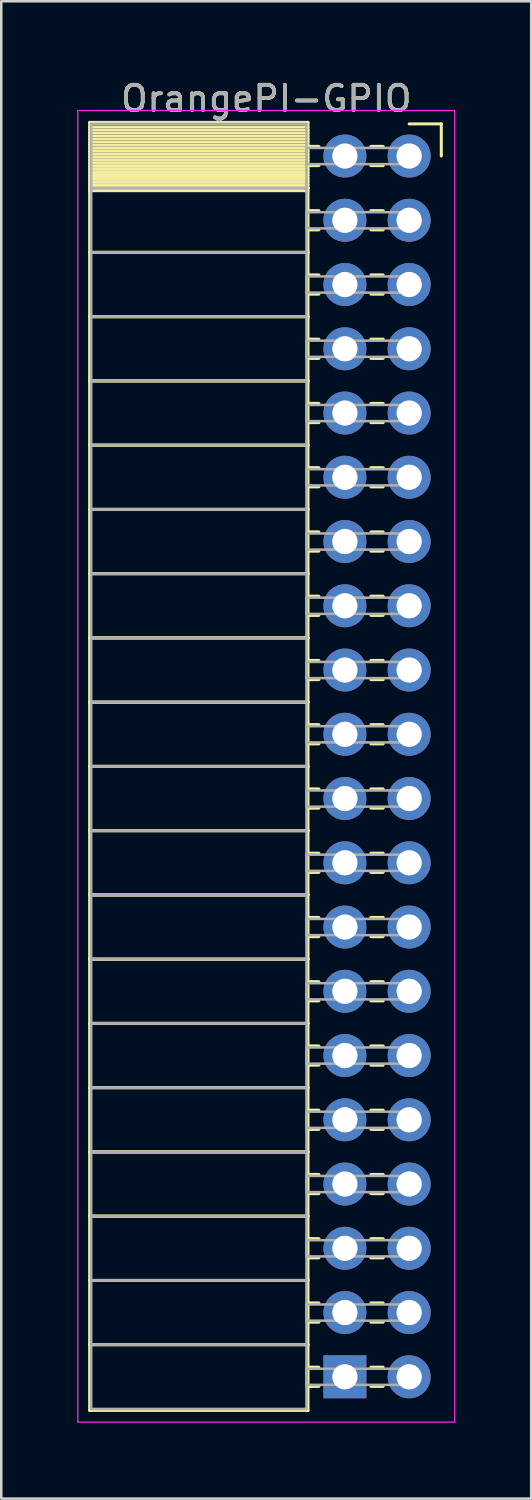
<source format=kicad_pcb>
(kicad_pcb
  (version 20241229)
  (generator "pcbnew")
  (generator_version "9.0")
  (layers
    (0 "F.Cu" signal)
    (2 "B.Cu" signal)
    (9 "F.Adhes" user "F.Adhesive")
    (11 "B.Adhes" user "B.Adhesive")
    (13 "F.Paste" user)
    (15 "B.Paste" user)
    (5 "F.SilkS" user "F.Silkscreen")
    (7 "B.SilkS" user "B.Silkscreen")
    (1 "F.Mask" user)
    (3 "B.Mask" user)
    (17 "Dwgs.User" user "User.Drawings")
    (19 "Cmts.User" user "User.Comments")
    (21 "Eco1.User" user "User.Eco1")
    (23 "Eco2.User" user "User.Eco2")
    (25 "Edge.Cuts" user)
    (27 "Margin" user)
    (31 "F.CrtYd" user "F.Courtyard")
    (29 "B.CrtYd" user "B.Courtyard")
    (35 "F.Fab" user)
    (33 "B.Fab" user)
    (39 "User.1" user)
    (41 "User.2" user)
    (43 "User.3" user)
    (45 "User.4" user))
  (footprint "OrangePI-GPIO"
    (layer "F.Cu")
    (at 13.125 3.118)
    (property "Reference" "OrangePI-GPIO" (at -5.65 -2.27 0) (layer "F.SilkS") (effects (font (size 1 1) (thickness 0.15))))
    (attr through_hole)
    (fp_line (start -12.63 -1.33) (end -4 -1.33) (stroke (width 0.12) (type solid)) (layer "F.SilkS"))
    (fp_line (start -12.63 1.27) (end -12.63 -1.33) (stroke (width 0.12) (type solid)) (layer "F.SilkS"))
    (fp_line (start -12.63 1.27) (end -4 1.27) (stroke (width 0.12) (type solid)) (layer "F.SilkS"))
    (fp_line (start -12.63 3.81) (end -12.63 1.27) (stroke (width 0.12) (type solid)) (layer "F.SilkS"))
    (fp_line (start -12.63 3.81) (end -4 3.81) (stroke (width 0.12) (type solid)) (layer "F.SilkS"))
    (fp_line (start -12.63 6.35) (end -12.63 3.81) (stroke (width 0.12) (type solid)) (layer "F.SilkS"))
    (fp_line (start -12.63 6.35) (end -4 6.35) (stroke (width 0.12) (type solid)) (layer "F.SilkS"))
    (fp_line (start -12.63 8.89) (end -12.63 6.35) (stroke (width 0.12) (type solid)) (layer "F.SilkS"))
    (fp_line (start -12.63 8.89) (end -4 8.89) (stroke (width 0.12) (type solid)) (layer "F.SilkS"))
    (fp_line (start -12.63 11.43) (end -12.63 8.89) (stroke (width 0.12) (type solid)) (layer "F.SilkS"))
    (fp_line (start -12.63 11.43) (end -4 11.43) (stroke (width 0.12) (type solid)) (layer "F.SilkS"))
    (fp_line (start -12.63 13.97) (end -12.63 11.43) (stroke (width 0.12) (type solid)) (layer "F.SilkS"))
    (fp_line (start -12.63 13.97) (end -4 13.97) (stroke (width 0.12) (type solid)) (layer "F.SilkS"))
    (fp_line (start -12.63 16.51) (end -12.63 13.97) (stroke (width 0.12) (type solid)) (layer "F.SilkS"))
    (fp_line (start -12.63 16.51) (end -4 16.51) (stroke (width 0.12) (type solid)) (layer "F.SilkS"))
    (fp_line (start -12.63 19.05) (end -12.63 16.51) (stroke (width 0.12) (type solid)) (layer "F.SilkS"))
    (fp_line (start -12.63 19.05) (end -4 19.05) (stroke (width 0.12) (type solid)) (layer "F.SilkS"))
    (fp_line (start -12.63 21.59) (end -12.63 19.05) (stroke (width 0.12) (type solid)) (layer "F.SilkS"))
    (fp_line (start -12.63 21.59) (end -4 21.59) (stroke (width 0.12) (type solid)) (layer "F.SilkS"))
    (fp_line (start -12.63 24.13) (end -12.63 21.59) (stroke (width 0.12) (type solid)) (layer "F.SilkS"))
    (fp_line (start -12.63 24.13) (end -4 24.13) (stroke (width 0.12) (type solid)) (layer "F.SilkS"))
    (fp_line (start -12.63 26.67) (end -12.63 24.13) (stroke (width 0.12) (type solid)) (layer "F.SilkS"))
    (fp_line (start -12.63 26.67) (end -4 26.67) (stroke (width 0.12) (type solid)) (layer "F.SilkS"))
    (fp_line (start -12.63 29.21) (end -12.63 26.67) (stroke (width 0.12) (type solid)) (layer "F.SilkS"))
    (fp_line (start -12.63 29.21) (end -4 29.21) (stroke (width 0.12) (type solid)) (layer "F.SilkS"))
    (fp_line (start -12.63 31.75) (end -12.63 29.21) (stroke (width 0.12) (type solid)) (layer "F.SilkS"))
    (fp_line (start -12.63 31.75) (end -4 31.75) (stroke (width 0.12) (type solid)) (layer "F.SilkS"))
    (fp_line (start -12.63 34.29) (end -12.63 31.75) (stroke (width 0.12) (type solid)) (layer "F.SilkS"))
    (fp_line (start -12.63 34.29) (end -4 34.29) (stroke (width 0.12) (type solid)) (layer "F.SilkS"))
    (fp_line (start -12.63 36.83) (end -12.63 34.29) (stroke (width 0.12) (type solid)) (layer "F.SilkS"))
    (fp_line (start -12.63 36.83) (end -4 36.83) (stroke (width 0.12) (type solid)) (layer "F.SilkS"))
    (fp_line (start -12.63 39.37) (end -12.63 36.83) (stroke (width 0.12) (type solid)) (layer "F.SilkS"))
    (fp_line (start -12.63 39.37) (end -4 39.37) (stroke (width 0.12) (type solid)) (layer "F.SilkS"))
    (fp_line (start -12.63 41.91) (end -12.63 39.37) (stroke (width 0.12) (type solid)) (layer "F.SilkS"))
    (fp_line (start -12.63 41.91) (end -4 41.91) (stroke (width 0.12) (type solid)) (layer "F.SilkS"))
    (fp_line (start -12.63 44.45) (end -12.63 41.91) (stroke (width 0.12) (type solid)) (layer "F.SilkS"))
    (fp_line (start -12.63 44.45) (end -4 44.45) (stroke (width 0.12) (type solid)) (layer "F.SilkS"))
    (fp_line (start -12.63 46.99) (end -12.63 44.45) (stroke (width 0.12) (type solid)) (layer "F.SilkS"))
    (fp_line (start -12.63 46.99) (end -4 46.99) (stroke (width 0.12) (type solid)) (layer "F.SilkS"))
    (fp_line (start -12.63 49.59) (end -12.63 46.99) (stroke (width 0.12) (type solid)) (layer "F.SilkS"))
    (fp_line (start -4 -1.33) (end -4 1.27) (stroke (width 0.12) (type solid)) (layer "F.SilkS"))
    (fp_line (start -4 -1.15) (end -12.63 -1.15) (stroke (width 0.12) (type solid)) (layer "F.SilkS"))
    (fp_line (start -4 -1.03) (end -12.63 -1.03) (stroke (width 0.12) (type solid)) (layer "F.SilkS"))
    (fp_line (start -4 -0.91) (end -12.63 -0.91) (stroke (width 0.12) (type solid)) (layer "F.SilkS"))
    (fp_line (start -4 -0.79) (end -12.63 -0.79) (stroke (width 0.12) (type solid)) (layer "F.SilkS"))
    (fp_line (start -4 -0.67) (end -12.63 -0.67) (stroke (width 0.12) (type solid)) (layer "F.SilkS"))
    (fp_line (start -4 -0.55) (end -12.63 -0.55) (stroke (width 0.12) (type solid)) (layer "F.SilkS"))
    (fp_line (start -4 -0.43) (end -12.63 -0.43) (stroke (width 0.12) (type solid)) (layer "F.SilkS"))
    (fp_line (start -4 -0.31) (end -12.63 -0.31) (stroke (width 0.12) (type solid)) (layer "F.SilkS"))
    (fp_line (start -4 -0.19) (end -12.63 -0.19) (stroke (width 0.12) (type solid)) (layer "F.SilkS"))
    (fp_line (start -4 -0.07) (end -12.63 -0.07) (stroke (width 0.12) (type solid)) (layer "F.SilkS"))
    (fp_line (start -4 0.05) (end -12.63 0.05) (stroke (width 0.12) (type solid)) (layer "F.SilkS"))
    (fp_line (start -4 0.17) (end -12.63 0.17) (stroke (width 0.12) (type solid)) (layer "F.SilkS"))
    (fp_line (start -4 0.29) (end -12.63 0.29) (stroke (width 0.12) (type solid)) (layer "F.SilkS"))
    (fp_line (start -4 0.41) (end -12.63 0.41) (stroke (width 0.12) (type solid)) (layer "F.SilkS"))
    (fp_line (start -4 0.53) (end -12.63 0.53) (stroke (width 0.12) (type solid)) (layer "F.SilkS"))
    (fp_line (start -4 0.65) (end -12.63 0.65) (stroke (width 0.12) (type solid)) (layer "F.SilkS"))
    (fp_line (start -4 0.77) (end -12.63 0.77) (stroke (width 0.12) (type solid)) (layer "F.SilkS"))
    (fp_line (start -4 0.89) (end -12.63 0.89) (stroke (width 0.12) (type solid)) (layer "F.SilkS"))
    (fp_line (start -4 1.01) (end -12.63 1.01) (stroke (width 0.12) (type solid)) (layer "F.SilkS"))
    (fp_line (start -4 1.13) (end -12.63 1.13) (stroke (width 0.12) (type solid)) (layer "F.SilkS"))
    (fp_line (start -4 1.25) (end -12.63 1.25) (stroke (width 0.12) (type solid)) (layer "F.SilkS"))
    (fp_line (start -4 1.27) (end -12.63 1.27) (stroke (width 0.12) (type solid)) (layer "F.SilkS"))
    (fp_line (start -4 1.27) (end -4 3.81) (stroke (width 0.12) (type solid)) (layer "F.SilkS"))
    (fp_line (start -4 1.37) (end -12.63 1.37) (stroke (width 0.12) (type solid)) (layer "F.SilkS"))
    (fp_line (start -4 3.81) (end -12.63 3.81) (stroke (width 0.12) (type solid)) (layer "F.SilkS"))
    (fp_line (start -4 3.81) (end -4 6.35) (stroke (width 0.12) (type solid)) (layer "F.SilkS"))
    (fp_line (start -4 6.35) (end -12.63 6.35) (stroke (width 0.12) (type solid)) (layer "F.SilkS"))
    (fp_line (start -4 6.35) (end -4 8.89) (stroke (width 0.12) (type solid)) (layer "F.SilkS"))
    (fp_line (start -4 8.89) (end -12.63 8.89) (stroke (width 0.12) (type solid)) (layer "F.SilkS"))
    (fp_line (start -4 8.89) (end -4 11.43) (stroke (width 0.12) (type solid)) (layer "F.SilkS"))
    (fp_line (start -4 11.43) (end -12.63 11.43) (stroke (width 0.12) (type solid)) (layer "F.SilkS"))
    (fp_line (start -4 11.43) (end -4 13.97) (stroke (width 0.12) (type solid)) (layer "F.SilkS"))
    (fp_line (start -4 13.97) (end -12.63 13.97) (stroke (width 0.12) (type solid)) (layer "F.SilkS"))
    (fp_line (start -4 13.97) (end -4 16.51) (stroke (width 0.12) (type solid)) (layer "F.SilkS"))
    (fp_line (start -4 16.51) (end -12.63 16.51) (stroke (width 0.12) (type solid)) (layer "F.SilkS"))
    (fp_line (start -4 16.51) (end -4 19.05) (stroke (width 0.12) (type solid)) (layer "F.SilkS"))
    (fp_line (start -4 19.05) (end -12.63 19.05) (stroke (width 0.12) (type solid)) (layer "F.SilkS"))
    (fp_line (start -4 19.05) (end -4 21.59) (stroke (width 0.12) (type solid)) (layer "F.SilkS"))
    (fp_line (start -4 21.59) (end -12.63 21.59) (stroke (width 0.12) (type solid)) (layer "F.SilkS"))
    (fp_line (start -4 21.59) (end -4 24.13) (stroke (width 0.12) (type solid)) (layer "F.SilkS"))
    (fp_line (start -4 24.13) (end -12.63 24.13) (stroke (width 0.12) (type solid)) (layer "F.SilkS"))
    (fp_line (start -4 24.13) (end -4 26.67) (stroke (width 0.12) (type solid)) (layer "F.SilkS"))
    (fp_line (start -4 26.67) (end -12.63 26.67) (stroke (width 0.12) (type solid)) (layer "F.SilkS"))
    (fp_line (start -4 26.67) (end -4 29.21) (stroke (width 0.12) (type solid)) (layer "F.SilkS"))
    (fp_line (start -4 29.21) (end -12.63 29.21) (stroke (width 0.12) (type solid)) (layer "F.SilkS"))
    (fp_line (start -4 29.21) (end -4 31.75) (stroke (width 0.12) (type solid)) (layer "F.SilkS"))
    (fp_line (start -4 31.75) (end -12.63 31.75) (stroke (width 0.12) (type solid)) (layer "F.SilkS"))
    (fp_line (start -4 31.75) (end -4 34.29) (stroke (width 0.12) (type solid)) (layer "F.SilkS"))
    (fp_line (start -4 34.29) (end -12.63 34.29) (stroke (width 0.12) (type solid)) (layer "F.SilkS"))
    (fp_line (start -4 34.29) (end -4 36.83) (stroke (width 0.12) (type solid)) (layer "F.SilkS"))
    (fp_line (start -4 36.83) (end -12.63 36.83) (stroke (width 0.12) (type solid)) (layer "F.SilkS"))
    (fp_line (start -4 36.83) (end -4 39.37) (stroke (width 0.12) (type solid)) (layer "F.SilkS"))
    (fp_line (start -4 39.37) (end -12.63 39.37) (stroke (width 0.12) (type solid)) (layer "F.SilkS"))
    (fp_line (start -4 39.37) (end -4 41.91) (stroke (width 0.12) (type solid)) (layer "F.SilkS"))
    (fp_line (start -4 41.91) (end -12.63 41.91) (stroke (width 0.12) (type solid)) (layer "F.SilkS"))
    (fp_line (start -4 41.91) (end -4 44.45) (stroke (width 0.12) (type solid)) (layer "F.SilkS"))
    (fp_line (start -4 44.45) (end -12.63 44.45) (stroke (width 0.12) (type solid)) (layer "F.SilkS"))
    (fp_line (start -4 44.45) (end -4 46.99) (stroke (width 0.12) (type solid)) (layer "F.SilkS"))
    (fp_line (start -4 46.99) (end -12.63 46.99) (stroke (width 0.12) (type solid)) (layer "F.SilkS"))
    (fp_line (start -4 46.99) (end -4 49.59) (stroke (width 0.12) (type solid)) (layer "F.SilkS"))
    (fp_line (start -4 49.59) (end -12.63 49.59) (stroke (width 0.12) (type solid)) (layer "F.SilkS"))
    (fp_line (start -3.57 -0.38) (end -4 -0.38) (stroke (width 0.12) (type solid)) (layer "F.SilkS"))
    (fp_line (start -3.57 0.38) (end -4 0.38) (stroke (width 0.12) (type solid)) (layer "F.SilkS"))
    (fp_line (start -3.57 2.16) (end -4 2.16) (stroke (width 0.12) (type solid)) (layer "F.SilkS"))
    (fp_line (start -3.57 2.92) (end -4 2.92) (stroke (width 0.12) (type solid)) (layer "F.SilkS"))
    (fp_line (start -3.57 4.7) (end -4 4.7) (stroke (width 0.12) (type solid)) (layer "F.SilkS"))
    (fp_line (start -3.57 5.46) (end -4 5.46) (stroke (width 0.12) (type solid)) (layer "F.SilkS"))
    (fp_line (start -3.57 7.24) (end -4 7.24) (stroke (width 0.12) (type solid)) (layer "F.SilkS"))
    (fp_line (start -3.57 8) (end -4 8) (stroke (width 0.12) (type solid)) (layer "F.SilkS"))
    (fp_line (start -3.57 9.78) (end -4 9.78) (stroke (width 0.12) (type solid)) (layer "F.SilkS"))
    (fp_line (start -3.57 10.54) (end -4 10.54) (stroke (width 0.12) (type solid)) (layer "F.SilkS"))
    (fp_line (start -3.57 12.32) (end -4 12.32) (stroke (width 0.12) (type solid)) (layer "F.SilkS"))
    (fp_line (start -3.57 13.08) (end -4 13.08) (stroke (width 0.12) (type solid)) (layer "F.SilkS"))
    (fp_line (start -3.57 14.86) (end -4 14.86) (stroke (width 0.12) (type solid)) (layer "F.SilkS"))
    (fp_line (start -3.57 15.62) (end -4 15.62) (stroke (width 0.12) (type solid)) (layer "F.SilkS"))
    (fp_line (start -3.57 17.4) (end -4 17.4) (stroke (width 0.12) (type solid)) (layer "F.SilkS"))
    (fp_line (start -3.57 18.16) (end -4 18.16) (stroke (width 0.12) (type solid)) (layer "F.SilkS"))
    (fp_line (start -3.57 19.94) (end -4 19.94) (stroke (width 0.12) (type solid)) (layer "F.SilkS"))
    (fp_line (start -3.57 20.7) (end -4 20.7) (stroke (width 0.12) (type solid)) (layer "F.SilkS"))
    (fp_line (start -3.57 22.48) (end -4 22.48) (stroke (width 0.12) (type solid)) (layer "F.SilkS"))
    (fp_line (start -3.57 23.24) (end -4 23.24) (stroke (width 0.12) (type solid)) (layer "F.SilkS"))
    (fp_line (start -3.57 25.02) (end -4 25.02) (stroke (width 0.12) (type solid)) (layer "F.SilkS"))
    (fp_line (start -3.57 25.78) (end -4 25.78) (stroke (width 0.12) (type solid)) (layer "F.SilkS"))
    (fp_line (start -3.57 27.56) (end -4 27.56) (stroke (width 0.12) (type solid)) (layer "F.SilkS"))
    (fp_line (start -3.57 28.32) (end -4 28.32) (stroke (width 0.12) (type solid)) (layer "F.SilkS"))
    (fp_line (start -3.57 30.1) (end -4 30.1) (stroke (width 0.12) (type solid)) (layer "F.SilkS"))
    (fp_line (start -3.57 30.86) (end -4 30.86) (stroke (width 0.12) (type solid)) (layer "F.SilkS"))
    (fp_line (start -3.57 32.64) (end -4 32.64) (stroke (width 0.12) (type solid)) (layer "F.SilkS"))
    (fp_line (start -3.57 33.4) (end -4 33.4) (stroke (width 0.12) (type solid)) (layer "F.SilkS"))
    (fp_line (start -3.57 35.18) (end -4 35.18) (stroke (width 0.12) (type solid)) (layer "F.SilkS"))
    (fp_line (start -3.57 35.94) (end -4 35.94) (stroke (width 0.12) (type solid)) (layer "F.SilkS"))
    (fp_line (start -3.57 37.72) (end -4 37.72) (stroke (width 0.12) (type solid)) (layer "F.SilkS"))
    (fp_line (start -3.57 38.48) (end -4 38.48) (stroke (width 0.12) (type solid)) (layer "F.SilkS"))
    (fp_line (start -3.57 40.26) (end -4 40.26) (stroke (width 0.12) (type solid)) (layer "F.SilkS"))
    (fp_line (start -3.57 41.02) (end -4 41.02) (stroke (width 0.12) (type solid)) (layer "F.SilkS"))
    (fp_line (start -3.57 42.8) (end -4 42.8) (stroke (width 0.12) (type solid)) (layer "F.SilkS"))
    (fp_line (start -3.57 43.56) (end -4 43.56) (stroke (width 0.12) (type solid)) (layer "F.SilkS"))
    (fp_line (start -3.57 45.34) (end -4 45.34) (stroke (width 0.12) (type solid)) (layer "F.SilkS"))
    (fp_line (start -3.57 46.1) (end -4 46.1) (stroke (width 0.12) (type solid)) (layer "F.SilkS"))
    (fp_line (start -3.57 47.88) (end -4 47.88) (stroke (width 0.12) (type solid)) (layer "F.SilkS"))
    (fp_line (start -3.57 48.64) (end -4 48.64) (stroke (width 0.12) (type solid)) (layer "F.SilkS"))
    (fp_line (start -1.03 -0.38) (end -1.51 -0.38) (stroke (width 0.12) (type solid)) (layer "F.SilkS"))
    (fp_line (start -1.03 0.38) (end -1.51 0.38) (stroke (width 0.12) (type solid)) (layer "F.SilkS"))
    (fp_line (start -1.03 2.16) (end -1.51 2.16) (stroke (width 0.12) (type solid)) (layer "F.SilkS"))
    (fp_line (start -1.03 2.92) (end -1.51 2.92) (stroke (width 0.12) (type solid)) (layer "F.SilkS"))
    (fp_line (start -1.03 4.7) (end -1.51 4.7) (stroke (width 0.12) (type solid)) (layer "F.SilkS"))
    (fp_line (start -1.03 5.46) (end -1.51 5.46) (stroke (width 0.12) (type solid)) (layer "F.SilkS"))
    (fp_line (start -1.03 7.24) (end -1.51 7.24) (stroke (width 0.12) (type solid)) (layer "F.SilkS"))
    (fp_line (start -1.03 8) (end -1.51 8) (stroke (width 0.12) (type solid)) (layer "F.SilkS"))
    (fp_line (start -1.03 9.78) (end -1.51 9.78) (stroke (width 0.12) (type solid)) (layer "F.SilkS"))
    (fp_line (start -1.03 10.54) (end -1.51 10.54) (stroke (width 0.12) (type solid)) (layer "F.SilkS"))
    (fp_line (start -1.03 12.32) (end -1.51 12.32) (stroke (width 0.12) (type solid)) (layer "F.SilkS"))
    (fp_line (start -1.03 13.08) (end -1.51 13.08) (stroke (width 0.12) (type solid)) (layer "F.SilkS"))
    (fp_line (start -1.03 14.86) (end -1.51 14.86) (stroke (width 0.12) (type solid)) (layer "F.SilkS"))
    (fp_line (start -1.03 15.62) (end -1.51 15.62) (stroke (width 0.12) (type solid)) (layer "F.SilkS"))
    (fp_line (start -1.03 17.4) (end -1.51 17.4) (stroke (width 0.12) (type solid)) (layer "F.SilkS"))
    (fp_line (start -1.03 18.16) (end -1.51 18.16) (stroke (width 0.12) (type solid)) (layer "F.SilkS"))
    (fp_line (start -1.03 19.94) (end -1.51 19.94) (stroke (width 0.12) (type solid)) (layer "F.SilkS"))
    (fp_line (start -1.03 20.7) (end -1.51 20.7) (stroke (width 0.12) (type solid)) (layer "F.SilkS"))
    (fp_line (start -1.03 22.48) (end -1.51 22.48) (stroke (width 0.12) (type solid)) (layer "F.SilkS"))
    (fp_line (start -1.03 23.24) (end -1.51 23.24) (stroke (width 0.12) (type solid)) (layer "F.SilkS"))
    (fp_line (start -1.03 25.02) (end -1.51 25.02) (stroke (width 0.12) (type solid)) (layer "F.SilkS"))
    (fp_line (start -1.03 25.78) (end -1.51 25.78) (stroke (width 0.12) (type solid)) (layer "F.SilkS"))
    (fp_line (start -1.03 27.56) (end -1.51 27.56) (stroke (width 0.12) (type solid)) (layer "F.SilkS"))
    (fp_line (start -1.03 28.32) (end -1.51 28.32) (stroke (width 0.12) (type solid)) (layer "F.SilkS"))
    (fp_line (start -1.03 30.1) (end -1.51 30.1) (stroke (width 0.12) (type solid)) (layer "F.SilkS"))
    (fp_line (start -1.03 30.86) (end -1.51 30.86) (stroke (width 0.12) (type solid)) (layer "F.SilkS"))
    (fp_line (start -1.03 32.64) (end -1.51 32.64) (stroke (width 0.12) (type solid)) (layer "F.SilkS"))
    (fp_line (start -1.03 33.4) (end -1.51 33.4) (stroke (width 0.12) (type solid)) (layer "F.SilkS"))
    (fp_line (start -1.03 35.18) (end -1.51 35.18) (stroke (width 0.12) (type solid)) (layer "F.SilkS"))
    (fp_line (start -1.03 35.94) (end -1.51 35.94) (stroke (width 0.12) (type solid)) (layer "F.SilkS"))
    (fp_line (start -1.03 37.72) (end -1.51 37.72) (stroke (width 0.12) (type solid)) (layer "F.SilkS"))
    (fp_line (start -1.03 38.48) (end -1.51 38.48) (stroke (width 0.12) (type solid)) (layer "F.SilkS"))
    (fp_line (start -1.03 40.26) (end -1.51 40.26) (stroke (width 0.12) (type solid)) (layer "F.SilkS"))
    (fp_line (start -1.03 41.02) (end -1.51 41.02) (stroke (width 0.12) (type solid)) (layer "F.SilkS"))
    (fp_line (start -1.03 42.8) (end -1.51 42.8) (stroke (width 0.12) (type solid)) (layer "F.SilkS"))
    (fp_line (start -1.03 43.56) (end -1.51 43.56) (stroke (width 0.12) (type solid)) (layer "F.SilkS"))
    (fp_line (start -1.03 45.34) (end -1.51 45.34) (stroke (width 0.12) (type solid)) (layer "F.SilkS"))
    (fp_line (start -1.03 46.1) (end -1.51 46.1) (stroke (width 0.12) (type solid)) (layer "F.SilkS"))
    (fp_line (start -1.03 47.88) (end -1.51 47.88) (stroke (width 0.12) (type solid)) (layer "F.SilkS"))
    (fp_line (start -1.03 48.64) (end -1.51 48.64) (stroke (width 0.12) (type solid)) (layer "F.SilkS"))
    (fp_line (start 0 -1.27) (end 1.27 -1.27) (stroke (width 0.12) (type solid)) (layer "F.SilkS"))
    (fp_line (start 1.27 -1.27) (end 1.27 0) (stroke (width 0.12) (type solid)) (layer "F.SilkS"))
    (fp_line (start -13.1 -1.8) (end 1.8 -1.8) (stroke (width 0.05) (type solid)) (layer "F.CrtYd"))
    (fp_line (start -13.1 50.05) (end -13.1 -1.8) (stroke (width 0.05) (type solid)) (layer "F.CrtYd"))
    (fp_line (start 1.8 -1.8) (end 1.8 50.05) (stroke (width 0.05) (type solid)) (layer "F.CrtYd"))
    (fp_line (start 1.8 50.05) (end -13.1 50.05) (stroke (width 0.05) (type solid)) (layer "F.CrtYd"))
    (fp_line (start -12.57 -1.27) (end -4.06 -1.27) (stroke (width 0.1) (type solid)) (layer "F.Fab"))
    (fp_line (start -12.57 1.27) (end -12.57 -1.27) (stroke (width 0.1) (type solid)) (layer "F.Fab"))
    (fp_line (start -12.57 1.27) (end -4.06 1.27) (stroke (width 0.1) (type solid)) (layer "F.Fab"))
    (fp_line (start -12.57 3.81) (end -12.57 1.27) (stroke (width 0.1) (type solid)) (layer "F.Fab"))
    (fp_line (start -12.57 3.81) (end -4.06 3.81) (stroke (width 0.1) (type solid)) (layer "F.Fab"))
    (fp_line (start -12.57 6.35) (end -12.57 3.81) (stroke (width 0.1) (type solid)) (layer "F.Fab"))
    (fp_line (start -12.57 6.35) (end -4.06 6.35) (stroke (width 0.1) (type solid)) (layer "F.Fab"))
    (fp_line (start -12.57 8.89) (end -12.57 6.35) (stroke (width 0.1) (type solid)) (layer "F.Fab"))
    (fp_line (start -12.57 8.89) (end -4.06 8.89) (stroke (width 0.1) (type solid)) (layer "F.Fab"))
    (fp_line (start -12.57 11.43) (end -12.57 8.89) (stroke (width 0.1) (type solid)) (layer "F.Fab"))
    (fp_line (start -12.57 11.43) (end -4.06 11.43) (stroke (width 0.1) (type solid)) (layer "F.Fab"))
    (fp_line (start -12.57 13.97) (end -12.57 11.43) (stroke (width 0.1) (type solid)) (layer "F.Fab"))
    (fp_line (start -12.57 13.97) (end -4.06 13.97) (stroke (width 0.1) (type solid)) (layer "F.Fab"))
    (fp_line (start -12.57 16.51) (end -12.57 13.97) (stroke (width 0.1) (type solid)) (layer "F.Fab"))
    (fp_line (start -12.57 16.51) (end -4.06 16.51) (stroke (width 0.1) (type solid)) (layer "F.Fab"))
    (fp_line (start -12.57 19.05) (end -12.57 16.51) (stroke (width 0.1) (type solid)) (layer "F.Fab"))
    (fp_line (start -12.57 19.05) (end -4.06 19.05) (stroke (width 0.1) (type solid)) (layer "F.Fab"))
    (fp_line (start -12.57 21.59) (end -12.57 19.05) (stroke (width 0.1) (type solid)) (layer "F.Fab"))
    (fp_line (start -12.57 21.59) (end -4.06 21.59) (stroke (width 0.1) (type solid)) (layer "F.Fab"))
    (fp_line (start -12.57 24.13) (end -12.57 21.59) (stroke (width 0.1) (type solid)) (layer "F.Fab"))
    (fp_line (start -12.57 24.13) (end -4.06 24.13) (stroke (width 0.1) (type solid)) (layer "F.Fab"))
    (fp_line (start -12.57 26.67) (end -12.57 24.13) (stroke (width 0.1) (type solid)) (layer "F.Fab"))
    (fp_line (start -12.57 26.67) (end -4.06 26.67) (stroke (width 0.1) (type solid)) (layer "F.Fab"))
    (fp_line (start -12.57 29.21) (end -12.57 26.67) (stroke (width 0.1) (type solid)) (layer "F.Fab"))
    (fp_line (start -12.57 29.21) (end -4.06 29.21) (stroke (width 0.1) (type solid)) (layer "F.Fab"))
    (fp_line (start -12.57 31.75) (end -12.57 29.21) (stroke (width 0.1) (type solid)) (layer "F.Fab"))
    (fp_line (start -12.57 31.75) (end -4.06 31.75) (stroke (width 0.1) (type solid)) (layer "F.Fab"))
    (fp_line (start -12.57 34.29) (end -12.57 31.75) (stroke (width 0.1) (type solid)) (layer "F.Fab"))
    (fp_line (start -12.57 34.29) (end -4.06 34.29) (stroke (width 0.1) (type solid)) (layer "F.Fab"))
    (fp_line (start -12.57 36.83) (end -12.57 34.29) (stroke (width 0.1) (type solid)) (layer "F.Fab"))
    (fp_line (start -12.57 36.83) (end -4.06 36.83) (stroke (width 0.1) (type solid)) (layer "F.Fab"))
    (fp_line (start -12.57 39.37) (end -12.57 36.83) (stroke (width 0.1) (type solid)) (layer "F.Fab"))
    (fp_line (start -12.57 39.37) (end -4.06 39.37) (stroke (width 0.1) (type solid)) (layer "F.Fab"))
    (fp_line (start -12.57 41.91) (end -12.57 39.37) (stroke (width 0.1) (type solid)) (layer "F.Fab"))
    (fp_line (start -12.57 41.91) (end -4.06 41.91) (stroke (width 0.1) (type solid)) (layer "F.Fab"))
    (fp_line (start -12.57 44.45) (end -12.57 41.91) (stroke (width 0.1) (type solid)) (layer "F.Fab"))
    (fp_line (start -12.57 44.45) (end -4.06 44.45) (stroke (width 0.1) (type solid)) (layer "F.Fab"))
    (fp_line (start -12.57 46.99) (end -12.57 44.45) (stroke (width 0.1) (type solid)) (layer "F.Fab"))
    (fp_line (start -12.57 46.99) (end -4.06 46.99) (stroke (width 0.1) (type solid)) (layer "F.Fab"))
    (fp_line (start -12.57 49.53) (end -12.57 46.99) (stroke (width 0.1) (type solid)) (layer "F.Fab"))
    (fp_line (start -4.06 -1.27) (end -4.06 1.27) (stroke (width 0.1) (type solid)) (layer "F.Fab"))
    (fp_line (start -4.06 -0.32) (end 0 -0.32) (stroke (width 0.1) (type solid)) (layer "F.Fab"))
    (fp_line (start -4.06 0.32) (end -4.06 -0.32) (stroke (width 0.1) (type solid)) (layer "F.Fab"))
    (fp_line (start -4.06 1.27) (end -12.57 1.27) (stroke (width 0.1) (type solid)) (layer "F.Fab"))
    (fp_line (start -4.06 1.27) (end -4.06 3.81) (stroke (width 0.1) (type solid)) (layer "F.Fab"))
    (fp_line (start -4.06 2.22) (end 0 2.22) (stroke (width 0.1) (type solid)) (layer "F.Fab"))
    (fp_line (start -4.06 2.86) (end -4.06 2.22) (stroke (width 0.1) (type solid)) (layer "F.Fab"))
    (fp_line (start -4.06 3.81) (end -12.57 3.81) (stroke (width 0.1) (type solid)) (layer "F.Fab"))
    (fp_line (start -4.06 3.81) (end -4.06 6.35) (stroke (width 0.1) (type solid)) (layer "F.Fab"))
    (fp_line (start -4.06 4.76) (end 0 4.76) (stroke (width 0.1) (type solid)) (layer "F.Fab"))
    (fp_line (start -4.06 5.4) (end -4.06 4.76) (stroke (width 0.1) (type solid)) (layer "F.Fab"))
    (fp_line (start -4.06 6.35) (end -12.57 6.35) (stroke (width 0.1) (type solid)) (layer "F.Fab"))
    (fp_line (start -4.06 6.35) (end -4.06 8.89) (stroke (width 0.1) (type solid)) (layer "F.Fab"))
    (fp_line (start -4.06 7.3) (end 0 7.3) (stroke (width 0.1) (type solid)) (layer "F.Fab"))
    (fp_line (start -4.06 7.94) (end -4.06 7.3) (stroke (width 0.1) (type solid)) (layer "F.Fab"))
    (fp_line (start -4.06 8.89) (end -12.57 8.89) (stroke (width 0.1) (type solid)) (layer "F.Fab"))
    (fp_line (start -4.06 8.89) (end -4.06 11.43) (stroke (width 0.1) (type solid)) (layer "F.Fab"))
    (fp_line (start -4.06 9.84) (end 0 9.84) (stroke (width 0.1) (type solid)) (layer "F.Fab"))
    (fp_line (start -4.06 10.48) (end -4.06 9.84) (stroke (width 0.1) (type solid)) (layer "F.Fab"))
    (fp_line (start -4.06 11.43) (end -12.57 11.43) (stroke (width 0.1) (type solid)) (layer "F.Fab"))
    (fp_line (start -4.06 11.43) (end -4.06 13.97) (stroke (width 0.1) (type solid)) (layer "F.Fab"))
    (fp_line (start -4.06 12.38) (end 0 12.38) (stroke (width 0.1) (type solid)) (layer "F.Fab"))
    (fp_line (start -4.06 13.02) (end -4.06 12.38) (stroke (width 0.1) (type solid)) (layer "F.Fab"))
    (fp_line (start -4.06 13.97) (end -12.57 13.97) (stroke (width 0.1) (type solid)) (layer "F.Fab"))
    (fp_line (start -4.06 13.97) (end -4.06 16.51) (stroke (width 0.1) (type solid)) (layer "F.Fab"))
    (fp_line (start -4.06 14.92) (end 0 14.92) (stroke (width 0.1) (type solid)) (layer "F.Fab"))
    (fp_line (start -4.06 15.56) (end -4.06 14.92) (stroke (width 0.1) (type solid)) (layer "F.Fab"))
    (fp_line (start -4.06 16.51) (end -12.57 16.51) (stroke (width 0.1) (type solid)) (layer "F.Fab"))
    (fp_line (start -4.06 16.51) (end -4.06 19.05) (stroke (width 0.1) (type solid)) (layer "F.Fab"))
    (fp_line (start -4.06 17.46) (end 0 17.46) (stroke (width 0.1) (type solid)) (layer "F.Fab"))
    (fp_line (start -4.06 18.1) (end -4.06 17.46) (stroke (width 0.1) (type solid)) (layer "F.Fab"))
    (fp_line (start -4.06 19.05) (end -12.57 19.05) (stroke (width 0.1) (type solid)) (layer "F.Fab"))
    (fp_line (start -4.06 19.05) (end -4.06 21.59) (stroke (width 0.1) (type solid)) (layer "F.Fab"))
    (fp_line (start -4.06 20) (end 0 20) (stroke (width 0.1) (type solid)) (layer "F.Fab"))
    (fp_line (start -4.06 20.64) (end -4.06 20) (stroke (width 0.1) (type solid)) (layer "F.Fab"))
    (fp_line (start -4.06 21.59) (end -12.57 21.59) (stroke (width 0.1) (type solid)) (layer "F.Fab"))
    (fp_line (start -4.06 21.59) (end -4.06 24.13) (stroke (width 0.1) (type solid)) (layer "F.Fab"))
    (fp_line (start -4.06 22.54) (end 0 22.54) (stroke (width 0.1) (type solid)) (layer "F.Fab"))
    (fp_line (start -4.06 23.18) (end -4.06 22.54) (stroke (width 0.1) (type solid)) (layer "F.Fab"))
    (fp_line (start -4.06 24.13) (end -12.57 24.13) (stroke (width 0.1) (type solid)) (layer "F.Fab"))
    (fp_line (start -4.06 24.13) (end -4.06 26.67) (stroke (width 0.1) (type solid)) (layer "F.Fab"))
    (fp_line (start -4.06 25.08) (end 0 25.08) (stroke (width 0.1) (type solid)) (layer "F.Fab"))
    (fp_line (start -4.06 25.72) (end -4.06 25.08) (stroke (width 0.1) (type solid)) (layer "F.Fab"))
    (fp_line (start -4.06 26.67) (end -12.57 26.67) (stroke (width 0.1) (type solid)) (layer "F.Fab"))
    (fp_line (start -4.06 26.67) (end -4.06 29.21) (stroke (width 0.1) (type solid)) (layer "F.Fab"))
    (fp_line (start -4.06 27.62) (end 0 27.62) (stroke (width 0.1) (type solid)) (layer "F.Fab"))
    (fp_line (start -4.06 28.26) (end -4.06 27.62) (stroke (width 0.1) (type solid)) (layer "F.Fab"))
    (fp_line (start -4.06 29.21) (end -12.57 29.21) (stroke (width 0.1) (type solid)) (layer "F.Fab"))
    (fp_line (start -4.06 29.21) (end -4.06 31.75) (stroke (width 0.1) (type solid)) (layer "F.Fab"))
    (fp_line (start -4.06 30.16) (end 0 30.16) (stroke (width 0.1) (type solid)) (layer "F.Fab"))
    (fp_line (start -4.06 30.8) (end -4.06 30.16) (stroke (width 0.1) (type solid)) (layer "F.Fab"))
    (fp_line (start -4.06 31.75) (end -12.57 31.75) (stroke (width 0.1) (type solid)) (layer "F.Fab"))
    (fp_line (start -4.06 31.75) (end -4.06 34.29) (stroke (width 0.1) (type solid)) (layer "F.Fab"))
    (fp_line (start -4.06 32.7) (end 0 32.7) (stroke (width 0.1) (type solid)) (layer "F.Fab"))
    (fp_line (start -4.06 33.34) (end -4.06 32.7) (stroke (width 0.1) (type solid)) (layer "F.Fab"))
    (fp_line (start -4.06 34.29) (end -12.57 34.29) (stroke (width 0.1) (type solid)) (layer "F.Fab"))
    (fp_line (start -4.06 34.29) (end -4.06 36.83) (stroke (width 0.1) (type solid)) (layer "F.Fab"))
    (fp_line (start -4.06 35.24) (end 0 35.24) (stroke (width 0.1) (type solid)) (layer "F.Fab"))
    (fp_line (start -4.06 35.88) (end -4.06 35.24) (stroke (width 0.1) (type solid)) (layer "F.Fab"))
    (fp_line (start -4.06 36.83) (end -12.57 36.83) (stroke (width 0.1) (type solid)) (layer "F.Fab"))
    (fp_line (start -4.06 36.83) (end -4.06 39.37) (stroke (width 0.1) (type solid)) (layer "F.Fab"))
    (fp_line (start -4.06 37.78) (end 0 37.78) (stroke (width 0.1) (type solid)) (layer "F.Fab"))
    (fp_line (start -4.06 38.42) (end -4.06 37.78) (stroke (width 0.1) (type solid)) (layer "F.Fab"))
    (fp_line (start -4.06 39.37) (end -12.57 39.37) (stroke (width 0.1) (type solid)) (layer "F.Fab"))
    (fp_line (start -4.06 39.37) (end -4.06 41.91) (stroke (width 0.1) (type solid)) (layer "F.Fab"))
    (fp_line (start -4.06 40.32) (end 0 40.32) (stroke (width 0.1) (type solid)) (layer "F.Fab"))
    (fp_line (start -4.06 40.96) (end -4.06 40.32) (stroke (width 0.1) (type solid)) (layer "F.Fab"))
    (fp_line (start -4.06 41.91) (end -12.57 41.91) (stroke (width 0.1) (type solid)) (layer "F.Fab"))
    (fp_line (start -4.06 41.91) (end -4.06 44.45) (stroke (width 0.1) (type solid)) (layer "F.Fab"))
    (fp_line (start -4.06 42.86) (end 0 42.86) (stroke (width 0.1) (type solid)) (layer "F.Fab"))
    (fp_line (start -4.06 43.5) (end -4.06 42.86) (stroke (width 0.1) (type solid)) (layer "F.Fab"))
    (fp_line (start -4.06 44.45) (end -12.57 44.45) (stroke (width 0.1) (type solid)) (layer "F.Fab"))
    (fp_line (start -4.06 44.45) (end -4.06 46.99) (stroke (width 0.1) (type solid)) (layer "F.Fab"))
    (fp_line (start -4.06 45.4) (end 0 45.4) (stroke (width 0.1) (type solid)) (layer "F.Fab"))
    (fp_line (start -4.06 46.04) (end -4.06 45.4) (stroke (width 0.1) (type solid)) (layer "F.Fab"))
    (fp_line (start -4.06 46.99) (end -12.57 46.99) (stroke (width 0.1) (type solid)) (layer "F.Fab"))
    (fp_line (start -4.06 46.99) (end -4.06 49.53) (stroke (width 0.1) (type solid)) (layer "F.Fab"))
    (fp_line (start -4.06 47.94) (end 0 47.94) (stroke (width 0.1) (type solid)) (layer "F.Fab"))
    (fp_line (start -4.06 48.58) (end -4.06 47.94) (stroke (width 0.1) (type solid)) (layer "F.Fab"))
    (fp_line (start -4.06 49.53) (end -12.57 49.53) (stroke (width 0.1) (type solid)) (layer "F.Fab"))
    (fp_line (start 0 -0.32) (end 0 0.32) (stroke (width 0.1) (type solid)) (layer "F.Fab"))
    (fp_line (start 0 0.32) (end -4.06 0.32) (stroke (width 0.1) (type solid)) (layer "F.Fab"))
    (fp_line (start 0 2.22) (end 0 2.86) (stroke (width 0.1) (type solid)) (layer "F.Fab"))
    (fp_line (start 0 2.86) (end -4.06 2.86) (stroke (width 0.1) (type solid)) (layer "F.Fab"))
    (fp_line (start 0 4.76) (end 0 5.4) (stroke (width 0.1) (type solid)) (layer "F.Fab"))
    (fp_line (start 0 5.4) (end -4.06 5.4) (stroke (width 0.1) (type solid)) (layer "F.Fab"))
    (fp_line (start 0 7.3) (end 0 7.94) (stroke (width 0.1) (type solid)) (layer "F.Fab"))
    (fp_line (start 0 7.94) (end -4.06 7.94) (stroke (width 0.1) (type solid)) (layer "F.Fab"))
    (fp_line (start 0 9.84) (end 0 10.48) (stroke (width 0.1) (type solid)) (layer "F.Fab"))
    (fp_line (start 0 10.48) (end -4.06 10.48) (stroke (width 0.1) (type solid)) (layer "F.Fab"))
    (fp_line (start 0 12.38) (end 0 13.02) (stroke (width 0.1) (type solid)) (layer "F.Fab"))
    (fp_line (start 0 13.02) (end -4.06 13.02) (stroke (width 0.1) (type solid)) (layer "F.Fab"))
    (fp_line (start 0 14.92) (end 0 15.56) (stroke (width 0.1) (type solid)) (layer "F.Fab"))
    (fp_line (start 0 15.56) (end -4.06 15.56) (stroke (width 0.1) (type solid)) (layer "F.Fab"))
    (fp_line (start 0 17.46) (end 0 18.1) (stroke (width 0.1) (type solid)) (layer "F.Fab"))
    (fp_line (start 0 18.1) (end -4.06 18.1) (stroke (width 0.1) (type solid)) (layer "F.Fab"))
    (fp_line (start 0 20) (end 0 20.64) (stroke (width 0.1) (type solid)) (layer "F.Fab"))
    (fp_line (start 0 20.64) (end -4.06 20.64) (stroke (width 0.1) (type solid)) (layer "F.Fab"))
    (fp_line (start 0 22.54) (end 0 23.18) (stroke (width 0.1) (type solid)) (layer "F.Fab"))
    (fp_line (start 0 23.18) (end -4.06 23.18) (stroke (width 0.1) (type solid)) (layer "F.Fab"))
    (fp_line (start 0 25.08) (end 0 25.72) (stroke (width 0.1) (type solid)) (layer "F.Fab"))
    (fp_line (start 0 25.72) (end -4.06 25.72) (stroke (width 0.1) (type solid)) (layer "F.Fab"))
    (fp_line (start 0 27.62) (end 0 28.26) (stroke (width 0.1) (type solid)) (layer "F.Fab"))
    (fp_line (start 0 28.26) (end -4.06 28.26) (stroke (width 0.1) (type solid)) (layer "F.Fab"))
    (fp_line (start 0 30.16) (end 0 30.8) (stroke (width 0.1) (type solid)) (layer "F.Fab"))
    (fp_line (start 0 30.8) (end -4.06 30.8) (stroke (width 0.1) (type solid)) (layer "F.Fab"))
    (fp_line (start 0 32.7) (end 0 33.34) (stroke (width 0.1) (type solid)) (layer "F.Fab"))
    (fp_line (start 0 33.34) (end -4.06 33.34) (stroke (width 0.1) (type solid)) (layer "F.Fab"))
    (fp_line (start 0 35.24) (end 0 35.88) (stroke (width 0.1) (type solid)) (layer "F.Fab"))
    (fp_line (start 0 35.88) (end -4.06 35.88) (stroke (width 0.1) (type solid)) (layer "F.Fab"))
    (fp_line (start 0 37.78) (end 0 38.42) (stroke (width 0.1) (type solid)) (layer "F.Fab"))
    (fp_line (start 0 38.42) (end -4.06 38.42) (stroke (width 0.1) (type solid)) (layer "F.Fab"))
    (fp_line (start 0 40.32) (end 0 40.96) (stroke (width 0.1) (type solid)) (layer "F.Fab"))
    (fp_line (start 0 40.96) (end -4.06 40.96) (stroke (width 0.1) (type solid)) (layer "F.Fab"))
    (fp_line (start 0 42.86) (end 0 43.5) (stroke (width 0.1) (type solid)) (layer "F.Fab"))
    (fp_line (start 0 43.5) (end -4.06 43.5) (stroke (width 0.1) (type solid)) (layer "F.Fab"))
    (fp_line (start 0 45.4) (end 0 46.04) (stroke (width 0.1) (type solid)) (layer "F.Fab"))
    (fp_line (start 0 46.04) (end -4.06 46.04) (stroke (width 0.1) (type solid)) (layer "F.Fab"))
    (fp_line (start 0 47.94) (end 0 48.58) (stroke (width 0.1) (type solid)) (layer "F.Fab"))
    (fp_line (start 0 48.58) (end -4.06 48.58) (stroke (width 0.1) (type solid)) (layer "F.Fab"))
    (fp_text user "${REFERENCE}" (at -5.65 -2.27 0) (layer "F.Fab") (effects (font (size 1 1) (thickness 0.15))))
    (pad "1" thru_hole rect (at -2.54 48.26) (size 1.7 1.7) (drill 1) (layers "*.Cu" "*.Mask"))
    (pad "2" thru_hole oval (at 0 48.26) (size 1.7 1.7) (drill 1) (layers "*.Cu" "*.Mask"))
    (pad "3" thru_hole oval (at -2.54 45.72) (size 1.7 1.7) (drill 1) (layers "*.Cu" "*.Mask"))
    (pad "4" thru_hole oval (at 0 45.72) (size 1.7 1.7) (drill 1) (layers "*.Cu" "*.Mask"))
    (pad "5" thru_hole oval (at -2.54 43.18) (size 1.7 1.7) (drill 1) (layers "*.Cu" "*.Mask"))
    (pad "6" thru_hole oval (at 0 43.18) (size 1.7 1.7) (drill 1) (layers "*.Cu" "*.Mask"))
    (pad "7" thru_hole oval (at -2.54 40.64) (size 1.7 1.7) (drill 1) (layers "*.Cu" "*.Mask"))
    (pad "8" thru_hole oval (at 0 40.64) (size 1.7 1.7) (drill 1) (layers "*.Cu" "*.Mask"))
    (pad "9" thru_hole oval (at -2.54 38.1) (size 1.7 1.7) (drill 1) (layers "*.Cu" "*.Mask"))
    (pad "10" thru_hole oval (at 0 38.1) (size 1.7 1.7) (drill 1) (layers "*.Cu" "*.Mask"))
    (pad "11" thru_hole oval (at -2.54 35.56) (size 1.7 1.7) (drill 1) (layers "*.Cu" "*.Mask"))
    (pad "12" thru_hole oval (at 0 35.56) (size 1.7 1.7) (drill 1) (layers "*.Cu" "*.Mask"))
    (pad "13" thru_hole oval (at -2.54 33.02) (size 1.7 1.7) (drill 1) (layers "*.Cu" "*.Mask"))
    (pad "14" thru_hole oval (at 0 33.02) (size 1.7 1.7) (drill 1) (layers "*.Cu" "*.Mask"))
    (pad "15" thru_hole oval (at -2.54 30.48) (size 1.7 1.7) (drill 1) (layers "*.Cu" "*.Mask"))
    (pad "16" thru_hole oval (at 0 30.48) (size 1.7 1.7) (drill 1) (layers "*.Cu" "*.Mask"))
    (pad "17" thru_hole oval (at -2.54 27.94) (size 1.7 1.7) (drill 1) (layers "*.Cu" "*.Mask"))
    (pad "18" thru_hole oval (at 0 27.94) (size 1.7 1.7) (drill 1) (layers "*.Cu" "*.Mask"))
    (pad "19" thru_hole oval (at -2.54 25.4) (size 1.7 1.7) (drill 1) (layers "*.Cu" "*.Mask"))
    (pad "20" thru_hole oval (at 0 25.4) (size 1.7 1.7) (drill 1) (layers "*.Cu" "*.Mask"))
    (pad "21" thru_hole oval (at -2.54 22.86) (size 1.7 1.7) (drill 1) (layers "*.Cu" "*.Mask"))
    (pad "22" thru_hole oval (at 0 22.86) (size 1.7 1.7) (drill 1) (layers "*.Cu" "*.Mask"))
    (pad "23" thru_hole oval (at -2.54 20.32) (size 1.7 1.7) (drill 1) (layers "*.Cu" "*.Mask"))
    (pad "24" thru_hole oval (at 0 20.32) (size 1.7 1.7) (drill 1) (layers "*.Cu" "*.Mask"))
    (pad "25" thru_hole oval (at -2.54 17.78) (size 1.7 1.7) (drill 1) (layers "*.Cu" "*.Mask"))
    (pad "26" thru_hole oval (at 0 17.78) (size 1.7 1.7) (drill 1) (layers "*.Cu" "*.Mask"))
    (pad "27" thru_hole oval (at -2.54 15.24) (size 1.7 1.7) (drill 1) (layers "*.Cu" "*.Mask"))
    (pad "28" thru_hole oval (at 0 15.24) (size 1.7 1.7) (drill 1) (layers "*.Cu" "*.Mask"))
    (pad "29" thru_hole oval (at -2.54 12.7) (size 1.7 1.7) (drill 1) (layers "*.Cu" "*.Mask"))
    (pad "30" thru_hole oval (at 0 12.7) (size 1.7 1.7) (drill 1) (layers "*.Cu" "*.Mask"))
    (pad "31" thru_hole oval (at -2.54 10.16) (size 1.7 1.7) (drill 1) (layers "*.Cu" "*.Mask"))
    (pad "32" thru_hole oval (at 0 10.16) (size 1.7 1.7) (drill 1) (layers "*.Cu" "*.Mask"))
    (pad "33" thru_hole oval (at -2.54 7.62) (size 1.7 1.7) (drill 1) (layers "*.Cu" "*.Mask"))
    (pad "34" thru_hole oval (at 0 7.62) (size 1.7 1.7) (drill 1) (layers "*.Cu" "*.Mask"))
    (pad "35" thru_hole oval (at -2.54 5.08) (size 1.7 1.7) (drill 1) (layers "*.Cu" "*.Mask"))
    (pad "36" thru_hole oval (at 0 5.08) (size 1.7 1.7) (drill 1) (layers "*.Cu" "*.Mask"))
    (pad "37" thru_hole oval (at -2.54 2.54) (size 1.7 1.7) (drill 1) (layers "*.Cu" "*.Mask"))
    (pad "38" thru_hole oval (at 0 2.54) (size 1.7 1.7) (drill 1) (layers "*.Cu" "*.Mask"))
    (pad "39" thru_hole oval (at -2.54 0) (size 1.7 1.7) (drill 1) (layers "*.Cu" "*.Mask"))
    (pad "40" thru_hole oval (at 0 0) (size 1.7 1.7) (drill 1) (layers "*.Cu" "*.Mask")))
  (gr_rect
    (start -3 -3)
    (end 17.95 56.193)
    (stroke (width 0.1) (type default))
    (fill no)
    (layer "Edge.Cuts")))
</source>
